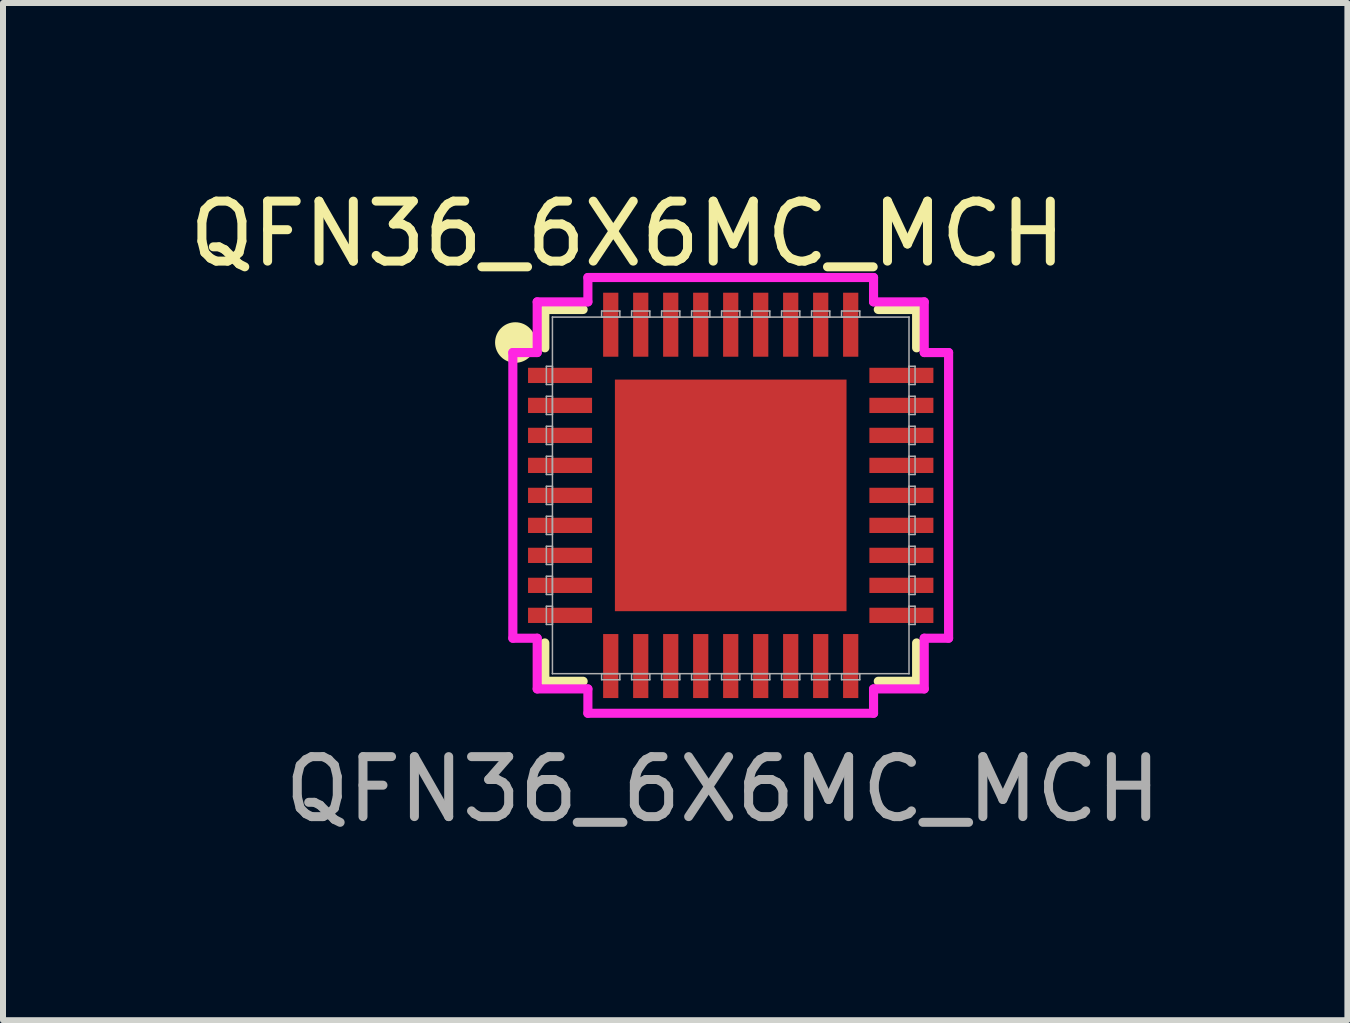
<source format=kicad_pcb>
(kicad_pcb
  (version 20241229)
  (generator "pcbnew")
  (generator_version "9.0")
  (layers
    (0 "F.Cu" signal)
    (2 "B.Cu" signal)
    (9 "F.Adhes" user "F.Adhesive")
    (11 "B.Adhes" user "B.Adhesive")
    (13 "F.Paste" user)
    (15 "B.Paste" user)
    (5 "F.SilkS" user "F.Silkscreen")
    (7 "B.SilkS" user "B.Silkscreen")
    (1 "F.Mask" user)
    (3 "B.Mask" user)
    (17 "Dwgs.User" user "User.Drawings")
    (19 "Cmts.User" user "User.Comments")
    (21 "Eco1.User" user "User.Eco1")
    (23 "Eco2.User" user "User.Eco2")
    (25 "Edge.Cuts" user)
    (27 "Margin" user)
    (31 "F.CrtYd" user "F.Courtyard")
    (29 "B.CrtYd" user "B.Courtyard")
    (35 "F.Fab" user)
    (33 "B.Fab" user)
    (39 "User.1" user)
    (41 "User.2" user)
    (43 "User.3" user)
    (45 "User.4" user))
  (footprint "QFN36_6X6MC_MCH"
    (layer "F.Cu")
    (at 9.131 5.208)
    (property "Reference" "QFN36_6X6MC_MCH" (at -1.72 -4.36 0) (unlocked yes) (layer "F.SilkS") (effects (font (size 1 1) (thickness 0.15))))
    (attr smd)
    (fp_line (start -3.099 -3.099) (end -3.099 -2.46) (stroke (width 0.152) (type solid)) (layer "F.SilkS"))
    (fp_line (start -3.099 2.46) (end -3.099 3.099) (stroke (width 0.152) (type solid)) (layer "F.SilkS"))
    (fp_line (start -3.099 3.099) (end -2.46 3.099) (stroke (width 0.152) (type solid)) (layer "F.SilkS"))
    (fp_line (start -2.46 -3.099) (end -3.099 -3.099) (stroke (width 0.152) (type solid)) (layer "F.SilkS"))
    (fp_line (start 2.46 3.099) (end 3.099 3.099) (stroke (width 0.152) (type solid)) (layer "F.SilkS"))
    (fp_line (start 3.099 -3.099) (end 2.46 -3.099) (stroke (width 0.152) (type solid)) (layer "F.SilkS"))
    (fp_line (start 3.099 -2.46) (end 3.099 -3.099) (stroke (width 0.152) (type solid)) (layer "F.SilkS"))
    (fp_line (start 3.099 3.099) (end 3.099 2.46) (stroke (width 0.152) (type solid)) (layer "F.SilkS"))
    (fp_circle (center -3.59 -2.548) (end -3.312 -2.548) (stroke (width 0.12) (type solid)) (fill yes) (layer "F.SilkS"))
    (fp_poly (pts (xy -1.83 -1.83) (xy -1.83 -0.743) (xy -0.743 -0.743) (xy -0.743 -1.83)) (stroke (width 0) (type solid)) (fill yes) (layer "F.Paste"))
    (fp_poly (pts (xy -1.83 -0.543) (xy -1.83 0.543) (xy -0.743 0.543) (xy -0.743 -0.543)) (stroke (width 0) (type solid)) (fill yes) (layer "F.Paste"))
    (fp_poly (pts (xy -1.83 0.743) (xy -1.83 1.83) (xy -0.743 1.83) (xy -0.743 0.743)) (stroke (width 0) (type solid)) (fill yes) (layer "F.Paste"))
    (fp_poly (pts (xy -0.543 -1.83) (xy -0.543 -0.743) (xy 0.543 -0.743) (xy 0.543 -1.83)) (stroke (width 0) (type solid)) (fill yes) (layer "F.Paste"))
    (fp_poly (pts (xy -0.543 -0.543) (xy -0.543 0.543) (xy 0.543 0.543) (xy 0.543 -0.543)) (stroke (width 0) (type solid)) (fill yes) (layer "F.Paste"))
    (fp_poly (pts (xy -0.543 0.743) (xy -0.543 1.83) (xy 0.543 1.83) (xy 0.543 0.743)) (stroke (width 0) (type solid)) (fill yes) (layer "F.Paste"))
    (fp_poly (pts (xy 0.743 -1.83) (xy 0.743 -0.743) (xy 1.83 -0.743) (xy 1.83 -1.83)) (stroke (width 0) (type solid)) (fill yes) (layer "F.Paste"))
    (fp_poly (pts (xy 0.743 -0.543) (xy 0.743 0.543) (xy 1.83 0.543) (xy 1.83 -0.543)) (stroke (width 0) (type solid)) (fill yes) (layer "F.Paste"))
    (fp_poly (pts (xy 0.743 0.743) (xy 0.743 1.83) (xy 1.83 1.83) (xy 1.83 0.743)) (stroke (width 0) (type solid)) (fill yes) (layer "F.Paste"))
    (fp_line (start -3.632 -2.381) (end -3.226 -2.381) (stroke (width 0.152) (type solid)) (layer "F.CrtYd"))
    (fp_line (start -3.632 2.381) (end -3.632 -2.381) (stroke (width 0.152) (type solid)) (layer "F.CrtYd"))
    (fp_line (start -3.226 -3.226) (end -2.381 -3.226) (stroke (width 0.152) (type solid)) (layer "F.CrtYd"))
    (fp_line (start -3.226 -2.381) (end -3.226 -3.226) (stroke (width 0.152) (type solid)) (layer "F.CrtYd"))
    (fp_line (start -3.226 2.381) (end -3.632 2.381) (stroke (width 0.152) (type solid)) (layer "F.CrtYd"))
    (fp_line (start -3.226 3.226) (end -3.226 2.381) (stroke (width 0.152) (type solid)) (layer "F.CrtYd"))
    (fp_line (start -2.381 -3.632) (end 2.381 -3.632) (stroke (width 0.152) (type solid)) (layer "F.CrtYd"))
    (fp_line (start -2.381 -3.226) (end -2.381 -3.632) (stroke (width 0.152) (type solid)) (layer "F.CrtYd"))
    (fp_line (start -2.381 3.226) (end -3.226 3.226) (stroke (width 0.152) (type solid)) (layer "F.CrtYd"))
    (fp_line (start -2.381 3.632) (end -2.381 3.226) (stroke (width 0.152) (type solid)) (layer "F.CrtYd"))
    (fp_line (start 2.381 -3.632) (end 2.381 -3.226) (stroke (width 0.152) (type solid)) (layer "F.CrtYd"))
    (fp_line (start 2.381 -3.226) (end 3.226 -3.226) (stroke (width 0.152) (type solid)) (layer "F.CrtYd"))
    (fp_line (start 2.381 3.226) (end 2.381 3.632) (stroke (width 0.152) (type solid)) (layer "F.CrtYd"))
    (fp_line (start 2.381 3.632) (end -2.381 3.632) (stroke (width 0.152) (type solid)) (layer "F.CrtYd"))
    (fp_line (start 3.226 -3.226) (end 3.226 -2.381) (stroke (width 0.152) (type solid)) (layer "F.CrtYd"))
    (fp_line (start 3.226 -2.381) (end 3.632 -2.381) (stroke (width 0.152) (type solid)) (layer "F.CrtYd"))
    (fp_line (start 3.226 2.381) (end 3.226 3.226) (stroke (width 0.152) (type solid)) (layer "F.CrtYd"))
    (fp_line (start 3.226 3.226) (end 2.381 3.226) (stroke (width 0.152) (type solid)) (layer "F.CrtYd"))
    (fp_line (start 3.632 -2.381) (end 3.632 2.381) (stroke (width 0.152) (type solid)) (layer "F.CrtYd"))
    (fp_line (start 3.632 2.381) (end 3.226 2.381) (stroke (width 0.152) (type solid)) (layer "F.CrtYd"))
    (fp_line (start -3.073 -2.152) (end -3.073 -1.848) (stroke (width 0.025) (type solid)) (layer "F.Fab"))
    (fp_line (start -3.073 -1.848) (end -2.972 -1.848) (stroke (width 0.025) (type solid)) (layer "F.Fab"))
    (fp_line (start -3.073 -1.652) (end -3.073 -1.348) (stroke (width 0.025) (type solid)) (layer "F.Fab"))
    (fp_line (start -3.073 -1.348) (end -2.972 -1.348) (stroke (width 0.025) (type solid)) (layer "F.Fab"))
    (fp_line (start -3.073 -1.152) (end -3.073 -0.848) (stroke (width 0.025) (type solid)) (layer "F.Fab"))
    (fp_line (start -3.073 -0.848) (end -2.972 -0.848) (stroke (width 0.025) (type solid)) (layer "F.Fab"))
    (fp_line (start -3.073 -0.652) (end -3.073 -0.348) (stroke (width 0.025) (type solid)) (layer "F.Fab"))
    (fp_line (start -3.073 -0.348) (end -2.972 -0.348) (stroke (width 0.025) (type solid)) (layer "F.Fab"))
    (fp_line (start -3.073 -0.152) (end -3.073 0.152) (stroke (width 0.025) (type solid)) (layer "F.Fab"))
    (fp_line (start -3.073 0.152) (end -2.972 0.152) (stroke (width 0.025) (type solid)) (layer "F.Fab"))
    (fp_line (start -3.073 0.348) (end -3.073 0.652) (stroke (width 0.025) (type solid)) (layer "F.Fab"))
    (fp_line (start -3.073 0.652) (end -2.972 0.652) (stroke (width 0.025) (type solid)) (layer "F.Fab"))
    (fp_line (start -3.073 0.848) (end -3.073 1.152) (stroke (width 0.025) (type solid)) (layer "F.Fab"))
    (fp_line (start -3.073 1.152) (end -2.972 1.152) (stroke (width 0.025) (type solid)) (layer "F.Fab"))
    (fp_line (start -3.073 1.348) (end -3.073 1.652) (stroke (width 0.025) (type solid)) (layer "F.Fab"))
    (fp_line (start -3.073 1.652) (end -2.972 1.652) (stroke (width 0.025) (type solid)) (layer "F.Fab"))
    (fp_line (start -3.073 1.848) (end -3.073 2.152) (stroke (width 0.025) (type solid)) (layer "F.Fab"))
    (fp_line (start -3.073 2.152) (end -2.972 2.152) (stroke (width 0.025) (type solid)) (layer "F.Fab"))
    (fp_line (start -2.972 -2.972) (end -2.972 -2.972) (stroke (width 0.025) (type solid)) (layer "F.Fab"))
    (fp_line (start -2.972 -2.972) (end -2.972 2.972) (stroke (width 0.025) (type solid)) (layer "F.Fab"))
    (fp_line (start -2.972 -2.152) (end -3.073 -2.152) (stroke (width 0.025) (type solid)) (layer "F.Fab"))
    (fp_line (start -2.972 -1.848) (end -2.972 -2.152) (stroke (width 0.025) (type solid)) (layer "F.Fab"))
    (fp_line (start -2.972 -1.652) (end -3.073 -1.652) (stroke (width 0.025) (type solid)) (layer "F.Fab"))
    (fp_line (start -2.972 -1.348) (end -2.972 -1.652) (stroke (width 0.025) (type solid)) (layer "F.Fab"))
    (fp_line (start -2.972 -1.152) (end -3.073 -1.152) (stroke (width 0.025) (type solid)) (layer "F.Fab"))
    (fp_line (start -2.972 -0.848) (end -2.972 -1.152) (stroke (width 0.025) (type solid)) (layer "F.Fab"))
    (fp_line (start -2.972 -0.652) (end -3.073 -0.652) (stroke (width 0.025) (type solid)) (layer "F.Fab"))
    (fp_line (start -2.972 -0.348) (end -2.972 -0.652) (stroke (width 0.025) (type solid)) (layer "F.Fab"))
    (fp_line (start -2.972 -0.152) (end -3.073 -0.152) (stroke (width 0.025) (type solid)) (layer "F.Fab"))
    (fp_line (start -2.972 0.152) (end -2.972 -0.152) (stroke (width 0.025) (type solid)) (layer "F.Fab"))
    (fp_line (start -2.972 0.348) (end -3.073 0.348) (stroke (width 0.025) (type solid)) (layer "F.Fab"))
    (fp_line (start -2.972 0.652) (end -2.972 0.348) (stroke (width 0.025) (type solid)) (layer "F.Fab"))
    (fp_line (start -2.972 0.848) (end -3.073 0.848) (stroke (width 0.025) (type solid)) (layer "F.Fab"))
    (fp_line (start -2.972 1.152) (end -2.972 0.848) (stroke (width 0.025) (type solid)) (layer "F.Fab"))
    (fp_line (start -2.972 1.348) (end -3.073 1.348) (stroke (width 0.025) (type solid)) (layer "F.Fab"))
    (fp_line (start -2.972 1.652) (end -2.972 1.348) (stroke (width 0.025) (type solid)) (layer "F.Fab"))
    (fp_line (start -2.972 1.848) (end -3.073 1.848) (stroke (width 0.025) (type solid)) (layer "F.Fab"))
    (fp_line (start -2.972 2.152) (end -2.972 1.848) (stroke (width 0.025) (type solid)) (layer "F.Fab"))
    (fp_line (start -2.972 2.972) (end -2.972 2.972) (stroke (width 0.025) (type solid)) (layer "F.Fab"))
    (fp_line (start -2.972 2.972) (end 2.972 2.972) (stroke (width 0.025) (type solid)) (layer "F.Fab"))
    (fp_line (start -2.152 -3.073) (end -2.152 -2.972) (stroke (width 0.025) (type solid)) (layer "F.Fab"))
    (fp_line (start -2.152 -2.972) (end -1.848 -2.972) (stroke (width 0.025) (type solid)) (layer "F.Fab"))
    (fp_line (start -2.152 2.972) (end -2.152 3.073) (stroke (width 0.025) (type solid)) (layer "F.Fab"))
    (fp_line (start -2.152 3.073) (end -1.848 3.073) (stroke (width 0.025) (type solid)) (layer "F.Fab"))
    (fp_line (start -1.848 -3.073) (end -2.152 -3.073) (stroke (width 0.025) (type solid)) (layer "F.Fab"))
    (fp_line (start -1.848 -2.972) (end -1.848 -3.073) (stroke (width 0.025) (type solid)) (layer "F.Fab"))
    (fp_line (start -1.848 2.972) (end -2.152 2.972) (stroke (width 0.025) (type solid)) (layer "F.Fab"))
    (fp_line (start -1.848 3.073) (end -1.848 2.972) (stroke (width 0.025) (type solid)) (layer "F.Fab"))
    (fp_line (start -1.652 -3.073) (end -1.652 -2.972) (stroke (width 0.025) (type solid)) (layer "F.Fab"))
    (fp_line (start -1.652 -2.972) (end -1.348 -2.972) (stroke (width 0.025) (type solid)) (layer "F.Fab"))
    (fp_line (start -1.652 2.972) (end -1.652 3.073) (stroke (width 0.025) (type solid)) (layer "F.Fab"))
    (fp_line (start -1.652 3.073) (end -1.348 3.073) (stroke (width 0.025) (type solid)) (layer "F.Fab"))
    (fp_line (start -1.348 -3.073) (end -1.652 -3.073) (stroke (width 0.025) (type solid)) (layer "F.Fab"))
    (fp_line (start -1.348 -2.972) (end -1.348 -3.073) (stroke (width 0.025) (type solid)) (layer "F.Fab"))
    (fp_line (start -1.348 2.972) (end -1.652 2.972) (stroke (width 0.025) (type solid)) (layer "F.Fab"))
    (fp_line (start -1.348 3.073) (end -1.348 2.972) (stroke (width 0.025) (type solid)) (layer "F.Fab"))
    (fp_line (start -1.152 -3.073) (end -1.152 -2.972) (stroke (width 0.025) (type solid)) (layer "F.Fab"))
    (fp_line (start -1.152 -2.972) (end -0.848 -2.972) (stroke (width 0.025) (type solid)) (layer "F.Fab"))
    (fp_line (start -1.152 2.972) (end -1.152 3.073) (stroke (width 0.025) (type solid)) (layer "F.Fab"))
    (fp_line (start -1.152 3.073) (end -0.848 3.073) (stroke (width 0.025) (type solid)) (layer "F.Fab"))
    (fp_line (start -0.848 -3.073) (end -1.152 -3.073) (stroke (width 0.025) (type solid)) (layer "F.Fab"))
    (fp_line (start -0.848 -2.972) (end -0.848 -3.073) (stroke (width 0.025) (type solid)) (layer "F.Fab"))
    (fp_line (start -0.848 2.972) (end -1.152 2.972) (stroke (width 0.025) (type solid)) (layer "F.Fab"))
    (fp_line (start -0.848 3.073) (end -0.848 2.972) (stroke (width 0.025) (type solid)) (layer "F.Fab"))
    (fp_line (start -0.652 -3.073) (end -0.652 -2.972) (stroke (width 0.025) (type solid)) (layer "F.Fab"))
    (fp_line (start -0.652 -2.972) (end -0.348 -2.972) (stroke (width 0.025) (type solid)) (layer "F.Fab"))
    (fp_line (start -0.652 2.972) (end -0.652 3.073) (stroke (width 0.025) (type solid)) (layer "F.Fab"))
    (fp_line (start -0.652 3.073) (end -0.348 3.073) (stroke (width 0.025) (type solid)) (layer "F.Fab"))
    (fp_line (start -0.348 -3.073) (end -0.652 -3.073) (stroke (width 0.025) (type solid)) (layer "F.Fab"))
    (fp_line (start -0.348 -2.972) (end -0.348 -3.073) (stroke (width 0.025) (type solid)) (layer "F.Fab"))
    (fp_line (start -0.348 2.972) (end -0.652 2.972) (stroke (width 0.025) (type solid)) (layer "F.Fab"))
    (fp_line (start -0.348 3.073) (end -0.348 2.972) (stroke (width 0.025) (type solid)) (layer "F.Fab"))
    (fp_line (start -0.152 -3.073) (end -0.152 -2.972) (stroke (width 0.025) (type solid)) (layer "F.Fab"))
    (fp_line (start -0.152 -2.972) (end 0.152 -2.972) (stroke (width 0.025) (type solid)) (layer "F.Fab"))
    (fp_line (start -0.152 2.972) (end -0.152 3.073) (stroke (width 0.025) (type solid)) (layer "F.Fab"))
    (fp_line (start -0.152 3.073) (end 0.152 3.073) (stroke (width 0.025) (type solid)) (layer "F.Fab"))
    (fp_line (start 0.152 -3.073) (end -0.152 -3.073) (stroke (width 0.025) (type solid)) (layer "F.Fab"))
    (fp_line (start 0.152 -2.972) (end 0.152 -3.073) (stroke (width 0.025) (type solid)) (layer "F.Fab"))
    (fp_line (start 0.152 2.972) (end -0.152 2.972) (stroke (width 0.025) (type solid)) (layer "F.Fab"))
    (fp_line (start 0.152 3.073) (end 0.152 2.972) (stroke (width 0.025) (type solid)) (layer "F.Fab"))
    (fp_line (start 0.348 -3.073) (end 0.348 -2.972) (stroke (width 0.025) (type solid)) (layer "F.Fab"))
    (fp_line (start 0.348 -2.972) (end 0.652 -2.972) (stroke (width 0.025) (type solid)) (layer "F.Fab"))
    (fp_line (start 0.348 2.972) (end 0.348 3.073) (stroke (width 0.025) (type solid)) (layer "F.Fab"))
    (fp_line (start 0.348 3.073) (end 0.652 3.073) (stroke (width 0.025) (type solid)) (layer "F.Fab"))
    (fp_line (start 0.652 -3.073) (end 0.348 -3.073) (stroke (width 0.025) (type solid)) (layer "F.Fab"))
    (fp_line (start 0.652 -2.972) (end 0.652 -3.073) (stroke (width 0.025) (type solid)) (layer "F.Fab"))
    (fp_line (start 0.652 2.972) (end 0.348 2.972) (stroke (width 0.025) (type solid)) (layer "F.Fab"))
    (fp_line (start 0.652 3.073) (end 0.652 2.972) (stroke (width 0.025) (type solid)) (layer "F.Fab"))
    (fp_line (start 0.848 -3.073) (end 0.848 -2.972) (stroke (width 0.025) (type solid)) (layer "F.Fab"))
    (fp_line (start 0.848 -2.972) (end 1.152 -2.972) (stroke (width 0.025) (type solid)) (layer "F.Fab"))
    (fp_line (start 0.848 2.972) (end 0.848 3.073) (stroke (width 0.025) (type solid)) (layer "F.Fab"))
    (fp_line (start 0.848 3.073) (end 1.152 3.073) (stroke (width 0.025) (type solid)) (layer "F.Fab"))
    (fp_line (start 1.152 -3.073) (end 0.848 -3.073) (stroke (width 0.025) (type solid)) (layer "F.Fab"))
    (fp_line (start 1.152 -2.972) (end 1.152 -3.073) (stroke (width 0.025) (type solid)) (layer "F.Fab"))
    (fp_line (start 1.152 2.972) (end 0.848 2.972) (stroke (width 0.025) (type solid)) (layer "F.Fab"))
    (fp_line (start 1.152 3.073) (end 1.152 2.972) (stroke (width 0.025) (type solid)) (layer "F.Fab"))
    (fp_line (start 1.348 -3.073) (end 1.348 -2.972) (stroke (width 0.025) (type solid)) (layer "F.Fab"))
    (fp_line (start 1.348 -2.972) (end 1.652 -2.972) (stroke (width 0.025) (type solid)) (layer "F.Fab"))
    (fp_line (start 1.348 2.972) (end 1.348 3.073) (stroke (width 0.025) (type solid)) (layer "F.Fab"))
    (fp_line (start 1.348 3.073) (end 1.652 3.073) (stroke (width 0.025) (type solid)) (layer "F.Fab"))
    (fp_line (start 1.652 -3.073) (end 1.348 -3.073) (stroke (width 0.025) (type solid)) (layer "F.Fab"))
    (fp_line (start 1.652 -2.972) (end 1.652 -3.073) (stroke (width 0.025) (type solid)) (layer "F.Fab"))
    (fp_line (start 1.652 2.972) (end 1.348 2.972) (stroke (width 0.025) (type solid)) (layer "F.Fab"))
    (fp_line (start 1.652 3.073) (end 1.652 2.972) (stroke (width 0.025) (type solid)) (layer "F.Fab"))
    (fp_line (start 1.848 -3.073) (end 1.848 -2.972) (stroke (width 0.025) (type solid)) (layer "F.Fab"))
    (fp_line (start 1.848 -2.972) (end 2.152 -2.972) (stroke (width 0.025) (type solid)) (layer "F.Fab"))
    (fp_line (start 1.848 2.972) (end 1.848 3.073) (stroke (width 0.025) (type solid)) (layer "F.Fab"))
    (fp_line (start 1.848 3.073) (end 2.152 3.073) (stroke (width 0.025) (type solid)) (layer "F.Fab"))
    (fp_line (start 2.152 -3.073) (end 1.848 -3.073) (stroke (width 0.025) (type solid)) (layer "F.Fab"))
    (fp_line (start 2.152 -2.972) (end 2.152 -3.073) (stroke (width 0.025) (type solid)) (layer "F.Fab"))
    (fp_line (start 2.152 2.972) (end 1.848 2.972) (stroke (width 0.025) (type solid)) (layer "F.Fab"))
    (fp_line (start 2.152 3.073) (end 2.152 2.972) (stroke (width 0.025) (type solid)) (layer "F.Fab"))
    (fp_line (start 2.972 -2.972) (end -2.972 -2.972) (stroke (width 0.025) (type solid)) (layer "F.Fab"))
    (fp_line (start 2.972 -2.972) (end 2.972 -2.972) (stroke (width 0.025) (type solid)) (layer "F.Fab"))
    (fp_line (start 2.972 -2.152) (end 2.972 -1.848) (stroke (width 0.025) (type solid)) (layer "F.Fab"))
    (fp_line (start 2.972 -1.848) (end 3.073 -1.848) (stroke (width 0.025) (type solid)) (layer "F.Fab"))
    (fp_line (start 2.972 -1.652) (end 2.972 -1.348) (stroke (width 0.025) (type solid)) (layer "F.Fab"))
    (fp_line (start 2.972 -1.348) (end 3.073 -1.348) (stroke (width 0.025) (type solid)) (layer "F.Fab"))
    (fp_line (start 2.972 -1.152) (end 2.972 -0.848) (stroke (width 0.025) (type solid)) (layer "F.Fab"))
    (fp_line (start 2.972 -0.848) (end 3.073 -0.848) (stroke (width 0.025) (type solid)) (layer "F.Fab"))
    (fp_line (start 2.972 -0.652) (end 2.972 -0.348) (stroke (width 0.025) (type solid)) (layer "F.Fab"))
    (fp_line (start 2.972 -0.348) (end 3.073 -0.348) (stroke (width 0.025) (type solid)) (layer "F.Fab"))
    (fp_line (start 2.972 -0.152) (end 2.972 0.152) (stroke (width 0.025) (type solid)) (layer "F.Fab"))
    (fp_line (start 2.972 0.152) (end 3.073 0.152) (stroke (width 0.025) (type solid)) (layer "F.Fab"))
    (fp_line (start 2.972 0.348) (end 2.972 0.652) (stroke (width 0.025) (type solid)) (layer "F.Fab"))
    (fp_line (start 2.972 0.652) (end 3.073 0.652) (stroke (width 0.025) (type solid)) (layer "F.Fab"))
    (fp_line (start 2.972 0.848) (end 2.972 1.152) (stroke (width 0.025) (type solid)) (layer "F.Fab"))
    (fp_line (start 2.972 1.152) (end 3.073 1.152) (stroke (width 0.025) (type solid)) (layer "F.Fab"))
    (fp_line (start 2.972 1.348) (end 2.972 1.652) (stroke (width 0.025) (type solid)) (layer "F.Fab"))
    (fp_line (start 2.972 1.652) (end 3.073 1.652) (stroke (width 0.025) (type solid)) (layer "F.Fab"))
    (fp_line (start 2.972 1.848) (end 2.972 2.152) (stroke (width 0.025) (type solid)) (layer "F.Fab"))
    (fp_line (start 2.972 2.152) (end 3.073 2.152) (stroke (width 0.025) (type solid)) (layer "F.Fab"))
    (fp_line (start 2.972 2.972) (end 2.972 -2.972) (stroke (width 0.025) (type solid)) (layer "F.Fab"))
    (fp_line (start 2.972 2.972) (end 2.972 2.972) (stroke (width 0.025) (type solid)) (layer "F.Fab"))
    (fp_line (start 3.073 -2.152) (end 2.972 -2.152) (stroke (width 0.025) (type solid)) (layer "F.Fab"))
    (fp_line (start 3.073 -1.848) (end 3.073 -2.152) (stroke (width 0.025) (type solid)) (layer "F.Fab"))
    (fp_line (start 3.073 -1.652) (end 2.972 -1.652) (stroke (width 0.025) (type solid)) (layer "F.Fab"))
    (fp_line (start 3.073 -1.348) (end 3.073 -1.652) (stroke (width 0.025) (type solid)) (layer "F.Fab"))
    (fp_line (start 3.073 -1.152) (end 2.972 -1.152) (stroke (width 0.025) (type solid)) (layer "F.Fab"))
    (fp_line (start 3.073 -0.848) (end 3.073 -1.152) (stroke (width 0.025) (type solid)) (layer "F.Fab"))
    (fp_line (start 3.073 -0.652) (end 2.972 -0.652) (stroke (width 0.025) (type solid)) (layer "F.Fab"))
    (fp_line (start 3.073 -0.348) (end 3.073 -0.652) (stroke (width 0.025) (type solid)) (layer "F.Fab"))
    (fp_line (start 3.073 -0.152) (end 2.972 -0.152) (stroke (width 0.025) (type solid)) (layer "F.Fab"))
    (fp_line (start 3.073 0.152) (end 3.073 -0.152) (stroke (width 0.025) (type solid)) (layer "F.Fab"))
    (fp_line (start 3.073 0.348) (end 2.972 0.348) (stroke (width 0.025) (type solid)) (layer "F.Fab"))
    (fp_line (start 3.073 0.652) (end 3.073 0.348) (stroke (width 0.025) (type solid)) (layer "F.Fab"))
    (fp_line (start 3.073 0.848) (end 2.972 0.848) (stroke (width 0.025) (type solid)) (layer "F.Fab"))
    (fp_line (start 3.073 1.152) (end 3.073 0.848) (stroke (width 0.025) (type solid)) (layer "F.Fab"))
    (fp_line (start 3.073 1.348) (end 2.972 1.348) (stroke (width 0.025) (type solid)) (layer "F.Fab"))
    (fp_line (start 3.073 1.652) (end 3.073 1.348) (stroke (width 0.025) (type solid)) (layer "F.Fab"))
    (fp_line (start 3.073 1.848) (end 2.972 1.848) (stroke (width 0.025) (type solid)) (layer "F.Fab"))
    (fp_line (start 3.073 2.152) (end 3.073 1.848) (stroke (width 0.025) (type solid)) (layer "F.Fab"))
    (fp_text user "${REFERENCE}" (at -0.13 4.9 0) (unlocked yes) (layer "F.Fab") (effects (font (size 1 1) (thickness 0.15))))
    (pad "1" smd rect (at -2.845 -2 90) (size 0.254 1.067) (layers "F.Cu" "F.Mask" "F.Paste"))
    (pad "2" smd rect (at -2.845 -1.5 90) (size 0.254 1.067) (layers "F.Cu" "F.Mask" "F.Paste"))
    (pad "3" smd rect (at -2.845 -1 90) (size 0.254 1.067) (layers "F.Cu" "F.Mask" "F.Paste"))
    (pad "4" smd rect (at -2.845 -0.5 90) (size 0.254 1.067) (layers "F.Cu" "F.Mask" "F.Paste"))
    (pad "5" smd rect (at -2.845 0 90) (size 0.254 1.067) (layers "F.Cu" "F.Mask" "F.Paste"))
    (pad "6" smd rect (at -2.845 0.5 90) (size 0.254 1.067) (layers "F.Cu" "F.Mask" "F.Paste"))
    (pad "7" smd rect (at -2.845 1 90) (size 0.254 1.067) (layers "F.Cu" "F.Mask" "F.Paste"))
    (pad "8" smd rect (at -2.845 1.5 90) (size 0.254 1.067) (layers "F.Cu" "F.Mask" "F.Paste"))
    (pad "9" smd rect (at -2.845 2 90) (size 0.254 1.067) (layers "F.Cu" "F.Mask" "F.Paste"))
    (pad "10" smd rect (at -2 2.845) (size 0.254 1.067) (layers "F.Cu" "F.Mask" "F.Paste"))
    (pad "11" smd rect (at -1.5 2.845) (size 0.254 1.067) (layers "F.Cu" "F.Mask" "F.Paste"))
    (pad "12" smd rect (at -1 2.845) (size 0.254 1.067) (layers "F.Cu" "F.Mask" "F.Paste"))
    (pad "13" smd rect (at -0.5 2.845) (size 0.254 1.067) (layers "F.Cu" "F.Mask" "F.Paste"))
    (pad "14" smd rect (at 0 2.845) (size 0.254 1.067) (layers "F.Cu" "F.Mask" "F.Paste"))
    (pad "15" smd rect (at 0.5 2.845) (size 0.254 1.067) (layers "F.Cu" "F.Mask" "F.Paste"))
    (pad "16" smd rect (at 1 2.845) (size 0.254 1.067) (layers "F.Cu" "F.Mask" "F.Paste"))
    (pad "17" smd rect (at 1.5 2.845) (size 0.254 1.067) (layers "F.Cu" "F.Mask" "F.Paste"))
    (pad "18" smd rect (at 2 2.845) (size 0.254 1.067) (layers "F.Cu" "F.Mask" "F.Paste"))
    (pad "19" smd rect (at 2.845 2 90) (size 0.254 1.067) (layers "F.Cu" "F.Mask" "F.Paste"))
    (pad "20" smd rect (at 2.845 1.5 90) (size 0.254 1.067) (layers "F.Cu" "F.Mask" "F.Paste"))
    (pad "21" smd rect (at 2.845 1 90) (size 0.254 1.067) (layers "F.Cu" "F.Mask" "F.Paste"))
    (pad "22" smd rect (at 2.845 0.5 90) (size 0.254 1.067) (layers "F.Cu" "F.Mask" "F.Paste"))
    (pad "23" smd rect (at 2.845 0 90) (size 0.254 1.067) (layers "F.Cu" "F.Mask" "F.Paste"))
    (pad "24" smd rect (at 2.845 -0.5 90) (size 0.254 1.067) (layers "F.Cu" "F.Mask" "F.Paste"))
    (pad "25" smd rect (at 2.845 -1 90) (size 0.254 1.067) (layers "F.Cu" "F.Mask" "F.Paste"))
    (pad "26" smd rect (at 2.845 -1.5 90) (size 0.254 1.067) (layers "F.Cu" "F.Mask" "F.Paste"))
    (pad "27" smd rect (at 2.845 -2 90) (size 0.254 1.067) (layers "F.Cu" "F.Mask" "F.Paste"))
    (pad "28" smd rect (at 2 -2.845) (size 0.254 1.067) (layers "F.Cu" "F.Mask" "F.Paste"))
    (pad "29" smd rect (at 1.5 -2.845) (size 0.254 1.067) (layers "F.Cu" "F.Mask" "F.Paste"))
    (pad "30" smd rect (at 1 -2.845) (size 0.254 1.067) (layers "F.Cu" "F.Mask" "F.Paste"))
    (pad "31" smd rect (at 0.5 -2.845) (size 0.254 1.067) (layers "F.Cu" "F.Mask" "F.Paste"))
    (pad "32" smd rect (at 0 -2.845) (size 0.254 1.067) (layers "F.Cu" "F.Mask" "F.Paste"))
    (pad "33" smd rect (at -0.5 -2.845) (size 0.254 1.067) (layers "F.Cu" "F.Mask" "F.Paste"))
    (pad "34" smd rect (at -1 -2.845) (size 0.254 1.067) (layers "F.Cu" "F.Mask" "F.Paste"))
    (pad "35" smd rect (at -1.5 -2.845) (size 0.254 1.067) (layers "F.Cu" "F.Mask" "F.Paste"))
    (pad "36" smd rect (at -2 -2.845) (size 0.254 1.067) (layers "F.Cu" "F.Mask" "F.Paste"))
    (pad "37" smd rect (at 0 0) (size 3.861 3.861) (layers "F.Cu" "F.Mask" "F.Paste")))
  (gr_rect
    (start -3 -3)
    (end 19.411 13.957)
    (stroke (width 0.1) (type default))
    (fill no)
    (layer "Edge.Cuts")))
</source>
